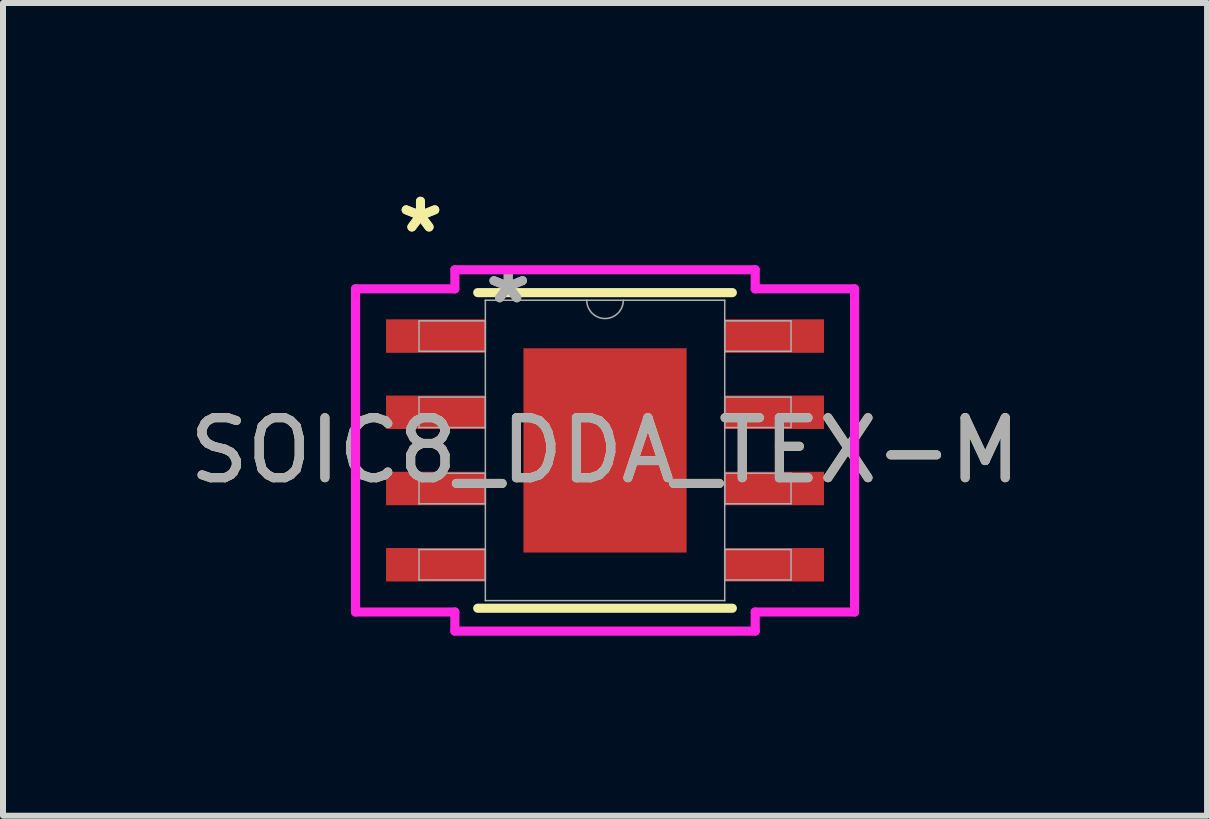
<source format=kicad_pcb>
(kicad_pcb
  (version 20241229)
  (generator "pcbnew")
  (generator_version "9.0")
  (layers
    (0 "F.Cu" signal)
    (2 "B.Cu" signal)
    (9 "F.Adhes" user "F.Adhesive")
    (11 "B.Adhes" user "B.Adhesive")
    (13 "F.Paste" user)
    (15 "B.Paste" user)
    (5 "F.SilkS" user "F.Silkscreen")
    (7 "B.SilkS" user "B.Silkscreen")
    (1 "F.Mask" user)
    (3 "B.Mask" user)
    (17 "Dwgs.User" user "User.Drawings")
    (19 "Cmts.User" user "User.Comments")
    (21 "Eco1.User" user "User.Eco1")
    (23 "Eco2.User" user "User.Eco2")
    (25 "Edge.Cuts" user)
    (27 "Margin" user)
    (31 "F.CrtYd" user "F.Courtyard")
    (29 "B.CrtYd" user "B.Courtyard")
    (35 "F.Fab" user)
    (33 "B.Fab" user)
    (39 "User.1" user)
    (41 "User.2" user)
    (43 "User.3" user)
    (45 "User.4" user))
  (footprint "SOIC8_DDA_TEX-M"
    (layer "F.Cu")
    (at 7.03 4.454)
    (property "Reference" "SOIC8_DDA_TEX-M" (at 0 0 0) (unlocked yes) (layer "F.SilkS") (effects (font (size 1 1) (thickness 0.15))))
    (attr smd)
    (fp_line (start -2.121 2.629) (end 2.121 2.629) (stroke (width 0.152) (type solid)) (layer "F.SilkS"))
    (fp_line (start 2.121 -2.629) (end -2.121 -2.629) (stroke (width 0.152) (type solid)) (layer "F.SilkS"))
    (fp_poly (pts (xy -1.259 -1.602) (xy -1.259 -0.1) (xy -0.1 -0.1) (xy -0.1 -1.602)) (stroke (width 0) (type solid)) (fill yes) (layer "F.Paste"))
    (fp_poly (pts (xy -1.259 0.1) (xy -1.259 1.602) (xy -0.1 1.602) (xy -0.1 0.1)) (stroke (width 0) (type solid)) (fill yes) (layer "F.Paste"))
    (fp_poly (pts (xy 0.1 -1.602) (xy 0.1 -0.1) (xy 1.259 -0.1) (xy 1.259 -1.602)) (stroke (width 0) (type solid)) (fill yes) (layer "F.Paste"))
    (fp_poly (pts (xy 0.1 0.1) (xy 0.1 1.602) (xy 1.259 1.602) (xy 1.259 0.1)) (stroke (width 0) (type solid)) (fill yes) (layer "F.Paste"))
    (fp_line (start -4.157 -2.692) (end -2.502 -2.692) (stroke (width 0.152) (type solid)) (layer "F.CrtYd"))
    (fp_line (start -4.157 2.692) (end -4.157 -2.692) (stroke (width 0.152) (type solid)) (layer "F.CrtYd"))
    (fp_line (start -4.157 2.692) (end -2.502 2.692) (stroke (width 0.152) (type solid)) (layer "F.CrtYd"))
    (fp_line (start -2.502 -3.01) (end 2.502 -3.01) (stroke (width 0.152) (type solid)) (layer "F.CrtYd"))
    (fp_line (start -2.502 -2.692) (end -2.502 -3.01) (stroke (width 0.152) (type solid)) (layer "F.CrtYd"))
    (fp_line (start -2.502 3.01) (end -2.502 2.692) (stroke (width 0.152) (type solid)) (layer "F.CrtYd"))
    (fp_line (start 2.502 -3.01) (end 2.502 -2.692) (stroke (width 0.152) (type solid)) (layer "F.CrtYd"))
    (fp_line (start 2.502 2.692) (end 2.502 3.01) (stroke (width 0.152) (type solid)) (layer "F.CrtYd"))
    (fp_line (start 2.502 3.01) (end -2.502 3.01) (stroke (width 0.152) (type solid)) (layer "F.CrtYd"))
    (fp_line (start 4.157 -2.692) (end 2.502 -2.692) (stroke (width 0.152) (type solid)) (layer "F.CrtYd"))
    (fp_line (start 4.157 -2.692) (end 4.157 2.692) (stroke (width 0.152) (type solid)) (layer "F.CrtYd"))
    (fp_line (start 4.157 2.692) (end 2.502 2.692) (stroke (width 0.152) (type solid)) (layer "F.CrtYd"))
    (fp_line (start -3.099 -2.159) (end -3.099 -1.651) (stroke (width 0.025) (type solid)) (layer "F.Fab"))
    (fp_line (start -3.099 -1.651) (end -1.994 -1.651) (stroke (width 0.025) (type solid)) (layer "F.Fab"))
    (fp_line (start -3.099 -0.889) (end -3.099 -0.381) (stroke (width 0.025) (type solid)) (layer "F.Fab"))
    (fp_line (start -3.099 -0.381) (end -1.994 -0.381) (stroke (width 0.025) (type solid)) (layer "F.Fab"))
    (fp_line (start -3.099 0.381) (end -3.099 0.889) (stroke (width 0.025) (type solid)) (layer "F.Fab"))
    (fp_line (start -3.099 0.889) (end -1.994 0.889) (stroke (width 0.025) (type solid)) (layer "F.Fab"))
    (fp_line (start -3.099 1.651) (end -3.099 2.159) (stroke (width 0.025) (type solid)) (layer "F.Fab"))
    (fp_line (start -3.099 2.159) (end -1.994 2.159) (stroke (width 0.025) (type solid)) (layer "F.Fab"))
    (fp_line (start -1.994 -2.502) (end -1.994 2.502) (stroke (width 0.025) (type solid)) (layer "F.Fab"))
    (fp_line (start -1.994 -2.159) (end -3.099 -2.159) (stroke (width 0.025) (type solid)) (layer "F.Fab"))
    (fp_line (start -1.994 -1.651) (end -1.994 -2.159) (stroke (width 0.025) (type solid)) (layer "F.Fab"))
    (fp_line (start -1.994 -0.889) (end -3.099 -0.889) (stroke (width 0.025) (type solid)) (layer "F.Fab"))
    (fp_line (start -1.994 -0.381) (end -1.994 -0.889) (stroke (width 0.025) (type solid)) (layer "F.Fab"))
    (fp_line (start -1.994 0.381) (end -3.099 0.381) (stroke (width 0.025) (type solid)) (layer "F.Fab"))
    (fp_line (start -1.994 0.889) (end -1.994 0.381) (stroke (width 0.025) (type solid)) (layer "F.Fab"))
    (fp_line (start -1.994 1.651) (end -3.099 1.651) (stroke (width 0.025) (type solid)) (layer "F.Fab"))
    (fp_line (start -1.994 2.159) (end -1.994 1.651) (stroke (width 0.025) (type solid)) (layer "F.Fab"))
    (fp_line (start -1.994 2.502) (end 1.994 2.502) (stroke (width 0.025) (type solid)) (layer "F.Fab"))
    (fp_line (start 1.994 -2.502) (end -1.994 -2.502) (stroke (width 0.025) (type solid)) (layer "F.Fab"))
    (fp_line (start 1.994 -2.159) (end 1.994 -1.651) (stroke (width 0.025) (type solid)) (layer "F.Fab"))
    (fp_line (start 1.994 -1.651) (end 3.099 -1.651) (stroke (width 0.025) (type solid)) (layer "F.Fab"))
    (fp_line (start 1.994 -0.889) (end 1.994 -0.381) (stroke (width 0.025) (type solid)) (layer "F.Fab"))
    (fp_line (start 1.994 -0.381) (end 3.099 -0.381) (stroke (width 0.025) (type solid)) (layer "F.Fab"))
    (fp_line (start 1.994 0.381) (end 1.994 0.889) (stroke (width 0.025) (type solid)) (layer "F.Fab"))
    (fp_line (start 1.994 0.889) (end 3.099 0.889) (stroke (width 0.025) (type solid)) (layer "F.Fab"))
    (fp_line (start 1.994 1.651) (end 1.994 2.159) (stroke (width 0.025) (type solid)) (layer "F.Fab"))
    (fp_line (start 1.994 2.159) (end 3.099 2.159) (stroke (width 0.025) (type solid)) (layer "F.Fab"))
    (fp_line (start 1.994 2.502) (end 1.994 -2.502) (stroke (width 0.025) (type solid)) (layer "F.Fab"))
    (fp_line (start 3.099 -2.159) (end 1.994 -2.159) (stroke (width 0.025) (type solid)) (layer "F.Fab"))
    (fp_line (start 3.099 -1.651) (end 3.099 -2.159) (stroke (width 0.025) (type solid)) (layer "F.Fab"))
    (fp_line (start 3.099 -0.889) (end 1.994 -0.889) (stroke (width 0.025) (type solid)) (layer "F.Fab"))
    (fp_line (start 3.099 -0.381) (end 3.099 -0.889) (stroke (width 0.025) (type solid)) (layer "F.Fab"))
    (fp_line (start 3.099 0.381) (end 1.994 0.381) (stroke (width 0.025) (type solid)) (layer "F.Fab"))
    (fp_line (start 3.099 0.889) (end 3.099 0.381) (stroke (width 0.025) (type solid)) (layer "F.Fab"))
    (fp_line (start 3.099 1.651) (end 1.994 1.651) (stroke (width 0.025) (type solid)) (layer "F.Fab"))
    (fp_line (start 3.099 2.159) (end 3.099 1.651) (stroke (width 0.025) (type solid)) (layer "F.Fab"))
    (fp_arc (start 0.3048 -2.5019) (mid 0 -2.1971) (end -0.3048 -2.5019) (stroke (width 0.0254) (type solid)) (layer "F.Fab"))
    (fp_text user "*" (at -3.075 -3.606 0) (layer "F.SilkS") (effects (font (size 1 1) (thickness 0.15))))
    (fp_text user "*" (at -3.075 -3.606 0) (unlocked yes) (layer "F.SilkS") (effects (font (size 1 1) (thickness 0.15))))
    (fp_text user "*" (at -1.613 -2.426 0) (layer "F.Fab") (effects (font (size 1 1) (thickness 0.15))))
    (fp_text user "*" (at -1.613 -2.426 0) (unlocked yes) (layer "F.Fab") (effects (font (size 1 1) (thickness 0.15))))
    (fp_text user "${REFERENCE}" (at 0 0 0) (unlocked yes) (layer "F.Fab") (effects (font (size 1 1) (thickness 0.15))))
    (pad "1" smd rect (at -2.821 -1.905) (size 1.655 0.558) (layers "F.Cu" "F.Mask" "F.Paste"))
    (pad "2" smd rect (at -2.821 -0.635) (size 1.655 0.558) (layers "F.Cu" "F.Mask" "F.Paste"))
    (pad "3" smd rect (at -2.821 0.635) (size 1.655 0.558) (layers "F.Cu" "F.Mask" "F.Paste"))
    (pad "4" smd rect (at -2.821 1.905) (size 1.655 0.558) (layers "F.Cu" "F.Mask" "F.Paste"))
    (pad "5" smd rect (at 2.821 1.905) (size 1.655 0.558) (layers "F.Cu" "F.Mask" "F.Paste"))
    (pad "6" smd rect (at 2.821 0.635) (size 1.655 0.558) (layers "F.Cu" "F.Mask" "F.Paste"))
    (pad "7" smd rect (at 2.821 -0.635) (size 1.655 0.558) (layers "F.Cu" "F.Mask" "F.Paste"))
    (pad "8" smd rect (at 2.821 -1.905) (size 1.655 0.558) (layers "F.Cu" "F.Mask" "F.Paste"))
    (pad "EPAD" smd rect (at 0 0) (size 2.718 3.404) (layers "F.Cu" "F.Mask")))
  (gr_rect
    (start -3 -3)
    (end 17.06 10.54)
    (stroke (width 0.1) (type default))
    (fill no)
    (layer "Edge.Cuts")))
</source>
